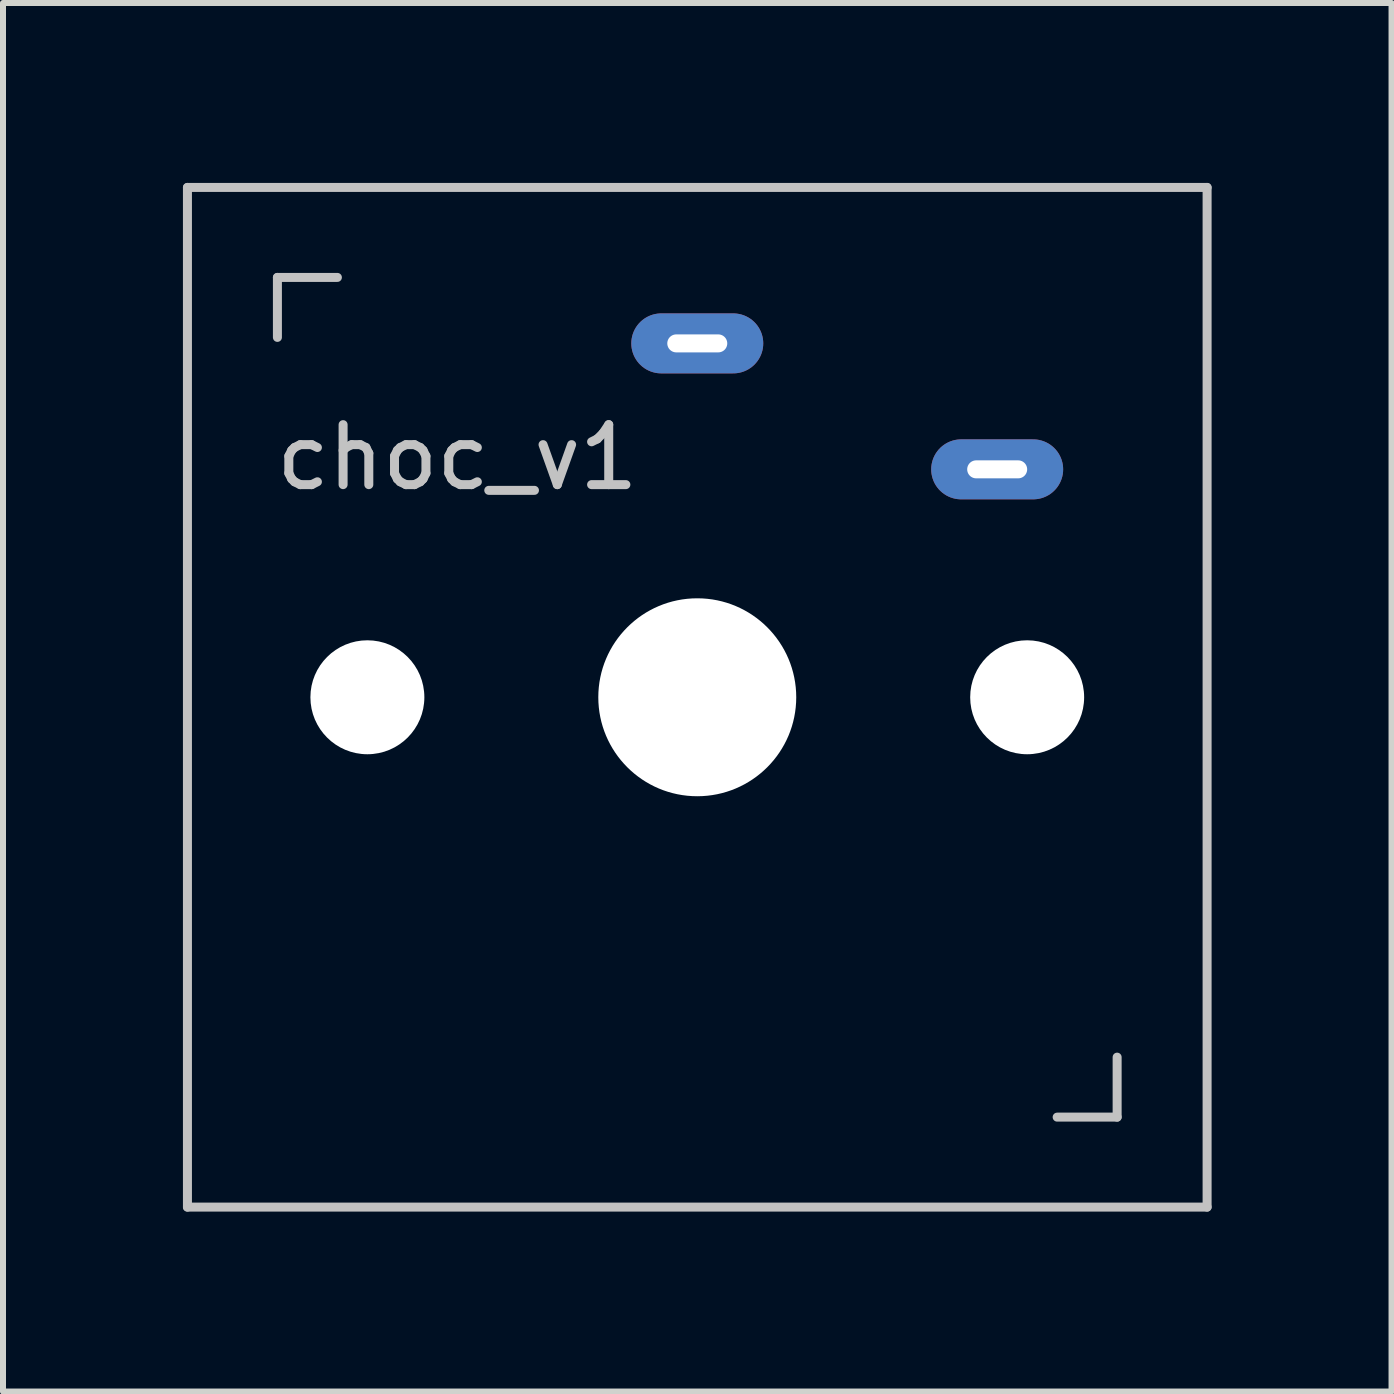
<source format=kicad_pcb>
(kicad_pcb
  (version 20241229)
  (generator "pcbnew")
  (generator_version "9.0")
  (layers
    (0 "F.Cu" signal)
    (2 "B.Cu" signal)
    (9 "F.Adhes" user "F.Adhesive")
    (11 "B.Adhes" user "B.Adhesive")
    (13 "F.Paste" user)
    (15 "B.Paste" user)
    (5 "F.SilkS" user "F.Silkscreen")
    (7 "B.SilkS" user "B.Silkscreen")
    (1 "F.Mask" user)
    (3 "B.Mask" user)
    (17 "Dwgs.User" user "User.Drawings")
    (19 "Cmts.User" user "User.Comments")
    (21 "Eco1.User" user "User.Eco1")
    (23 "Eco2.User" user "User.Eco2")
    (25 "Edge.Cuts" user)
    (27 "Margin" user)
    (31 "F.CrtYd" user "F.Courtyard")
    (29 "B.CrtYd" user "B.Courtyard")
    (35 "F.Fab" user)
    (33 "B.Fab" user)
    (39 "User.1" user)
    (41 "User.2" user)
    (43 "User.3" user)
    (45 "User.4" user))
  (footprint "choc_v1"
    (layer "F.Cu")
    (at 8.575 8.575)
    (property "Reference" "choc_v1" (at -4 -4 180) (layer "Dwgs.User") (effects (font (size 1 1) (thickness 0.15))))
    (attr through_hole)
    (fp_line (start -8.5 -8.5) (end 8.5 -8.5) (stroke (width 0.15) (type solid)) (layer "Dwgs.User"))
    (fp_line (start -8.5 8.5) (end -8.5 -8.5) (stroke (width 0.15) (type solid)) (layer "Dwgs.User"))
    (fp_line (start -7 -7) (end -6 -7) (stroke (width 0.15) (type solid)) (layer "Dwgs.User"))
    (fp_line (start -7 -6) (end -7 -7) (stroke (width 0.15) (type solid)) (layer "Dwgs.User"))
    (fp_line (start 6 7) (end 7 7) (stroke (width 0.15) (type solid)) (layer "Dwgs.User"))
    (fp_line (start 7 7) (end 7 6) (stroke (width 0.15) (type solid)) (layer "Dwgs.User"))
    (fp_line (start 8.5 -8.5) (end 8.5 8.5) (stroke (width 0.15) (type solid)) (layer "Dwgs.User"))
    (fp_line (start 8.5 8.5) (end -8.5 8.5) (stroke (width 0.15) (type solid)) (layer "Dwgs.User"))
    (pad "" np_thru_hole circle (at -5.5 0) (size 1.9 1.9) (drill 1.9) (layers "*.Cu" "*.Mask"))
    (pad "" np_thru_hole circle (at 0 0) (size 3.3 3.3) (drill 3.3) (layers "*.Cu" "*.Mask"))
    (pad "" np_thru_hole circle (at 5.5 0) (size 1.9 1.9) (drill 1.9) (layers "*.Cu" "*.Mask"))
    (pad "1" thru_hole oval (at 5 -3.8) (size 2.2 1) (drill oval 1 0.3) (layers "*.Cu" "B.Mask"))
    (pad "2" thru_hole oval (at 0 -5.9) (size 2.2 1) (drill oval 1 0.3) (layers "*.Cu" "B.Mask")))
  (gr_rect
    (start -3 -3)
    (end 20.15 20.15)
    (stroke (width 0.1) (type default))
    (fill no)
    (layer "Edge.Cuts")))
</source>
